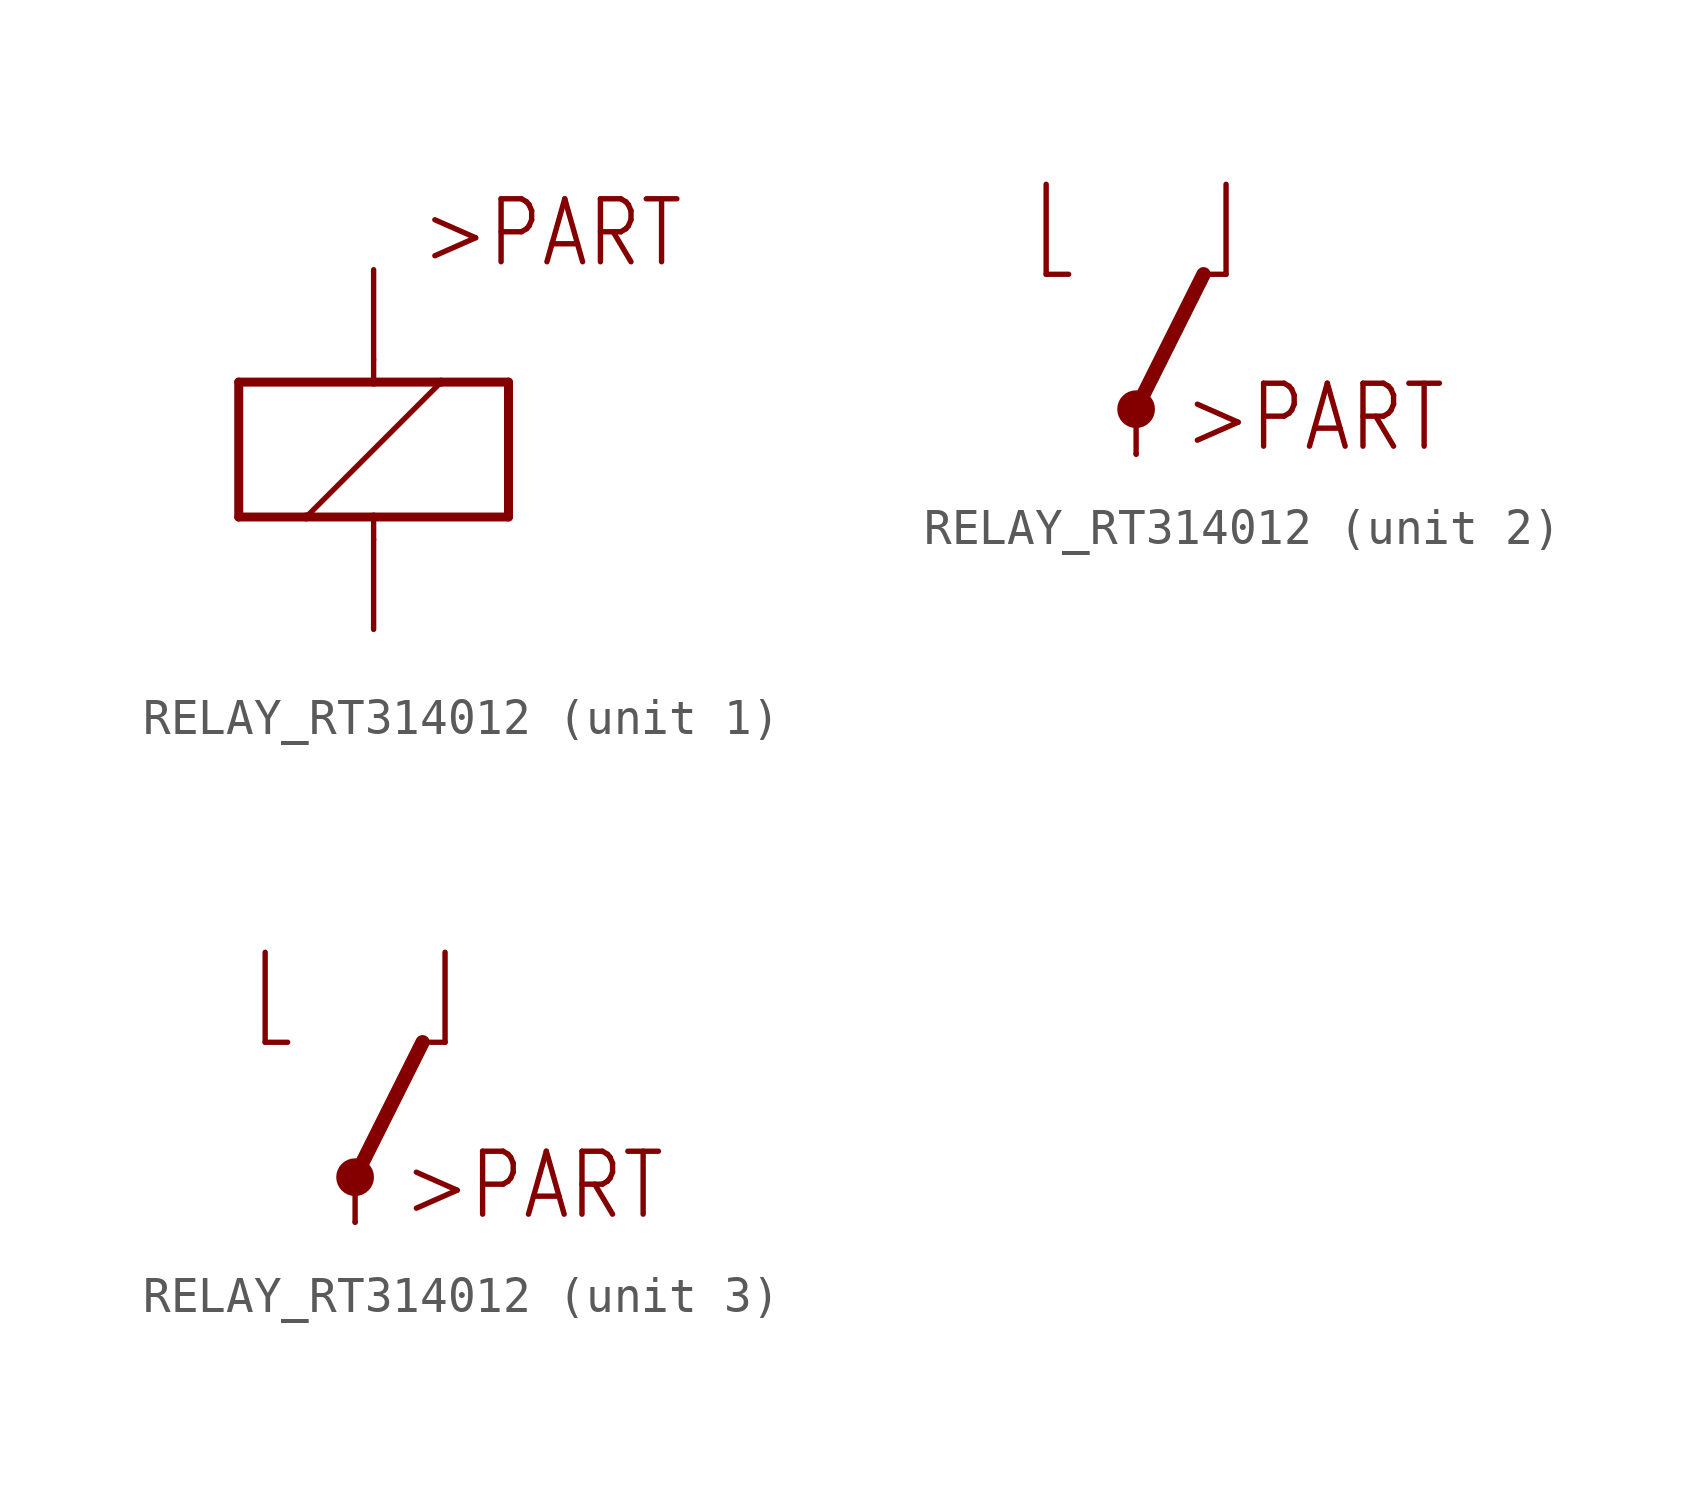
<source format=kicad_sym>
(kicad_symbol_lib
  (version 20211014)
  (generator kicad_symbol_editor)
  (symbol "RELAY_RT314012"
    (property "Reference" "K"
      (at 0 0 0)
      (effects (font (size 1.27 1.27)) hide))
    (property "ki_locked" ""
      (at 0 0 0)
      (effects (font (size 1.27 1.27))))
    (symbol "RELAY_RT314012_1_0"
      (polyline (pts (xy -3.81 -1.905) (xy -1.905 -1.905)) (stroke (width 0.254) (type default) (color 0 0 0 0)) (fill (type none)))
      (polyline (pts (xy -3.81 1.905) (xy -3.81 -1.905)) (stroke (width 0.254) (type default) (color 0 0 0 0)) (fill (type none)))
      (polyline (pts (xy -1.905 -1.905) (xy 0 -1.905)) (stroke (width 0.254) (type default) (color 0 0 0 0)) (fill (type none)))
      (polyline (pts (xy -1.905 -1.905) (xy 1.905 1.905)) (stroke (width 0.152) (type default) (color 0 0 0 0)) (fill (type none)))
      (polyline (pts (xy 0 -2.54) (xy 0 -1.905)) (stroke (width 0.152) (type default) (color 0 0 0 0)) (fill (type none)))
      (polyline (pts (xy 0 -1.905) (xy 3.81 -1.905)) (stroke (width 0.254) (type default) (color 0 0 0 0)) (fill (type none)))
      (polyline (pts (xy 0 1.905) (xy -3.81 1.905)) (stroke (width 0.254) (type default) (color 0 0 0 0)) (fill (type none)))
      (polyline (pts (xy 0 2.54) (xy 0 1.905)) (stroke (width 0.152) (type default) (color 0 0 0 0)) (fill (type none)))
      (polyline (pts (xy 1.905 1.905) (xy 0 1.905)) (stroke (width 0.254) (type default) (color 0 0 0 0)) (fill (type none)))
      (polyline (pts (xy 3.81 -1.905) (xy 3.81 1.905)) (stroke (width 0.254) (type default) (color 0 0 0 0)) (fill (type none)))
      (polyline (pts (xy 3.81 1.905) (xy 1.905 1.905)) (stroke (width 0.254) (type default) (color 0 0 0 0)) (fill (type none)))
      (text ">PART" (at 1.27 5.08 0) (effects (font (size 1.778 1.511)) (justify left bottom)))
      (pin passive line (at 0 -5.08 90) (length 2.54) (name "C2" (effects (font (size 0 0)))) (number "A1" (effects (font (size 0 0)))))
      (pin passive line (at 0 5.08 270) (length 2.54) (name "C1" (effects (font (size 0 0)))) (number "A2" (effects (font (size 0 0))))))
    (symbol "RELAY_RT314012_2_0"
      (polyline (pts (xy -2.54 5.08) (xy -1.905 5.08)) (stroke (width 0.152) (type default) (color 0 0 0 0)) (fill (type none)))
      (polyline (pts (xy 0 1.27) (xy 0 0)) (stroke (width 0.152) (type default) (color 0 0 0 0)) (fill (type none)))
      (polyline (pts (xy 0 1.27) (xy 1.905 5.08)) (stroke (width 0.406) (type default) (color 0 0 0 0)) (fill (type none)))
      (polyline (pts (xy 2.54 5.08) (xy 1.905 5.08)) (stroke (width 0.152) (type default) (color 0 0 0 0)) (fill (type none)))
      (circle (center 0 1.27) (radius 0.127) (stroke (width 0.406) (type default) (color 0 0 0 0)) (fill (type none)))
      (text ">PART" (at 1.27 0 0) (effects (font (size 1.778 1.511)) (justify left bottom)))
      (pin passive line (at 0 0 90) (length 0) (name "P" (effects (font (size 0 0)))) (number "11A" (effects (font (size 0 0)))))
      (pin passive line (at 2.54 7.62 270) (length 2.54) (name "S" (effects (font (size 0 0)))) (number "12A" (effects (font (size 0 0)))))
      (pin passive line (at -2.54 7.62 270) (length 2.54) (name "O" (effects (font (size 0 0)))) (number "14A" (effects (font (size 0 0))))))
    (symbol "RELAY_RT314012_3_0"
      (polyline (pts (xy -2.54 5.08) (xy -1.905 5.08)) (stroke (width 0.152) (type default) (color 0 0 0 0)) (fill (type none)))
      (polyline (pts (xy 0 1.27) (xy 0 0)) (stroke (width 0.152) (type default) (color 0 0 0 0)) (fill (type none)))
      (polyline (pts (xy 0 1.27) (xy 1.905 5.08)) (stroke (width 0.406) (type default) (color 0 0 0 0)) (fill (type none)))
      (polyline (pts (xy 2.54 5.08) (xy 1.905 5.08)) (stroke (width 0.152) (type default) (color 0 0 0 0)) (fill (type none)))
      (circle (center 0 1.27) (radius 0.127) (stroke (width 0.406) (type default) (color 0 0 0 0)) (fill (type none)))
      (text ">PART" (at 1.27 0 0) (effects (font (size 1.778 1.511)) (justify left bottom)))
      (pin passive line (at 0 0 90) (length 0) (name "P" (effects (font (size 0 0)))) (number "11B" (effects (font (size 0 0)))))
      (pin passive line (at 2.54 7.62 270) (length 2.54) (name "S" (effects (font (size 0 0)))) (number "12B" (effects (font (size 0 0)))))
      (pin passive line (at -2.54 7.62 270) (length 2.54) (name "O" (effects (font (size 0 0)))) (number "14B" (effects (font (size 0 0))))))))
</source>
